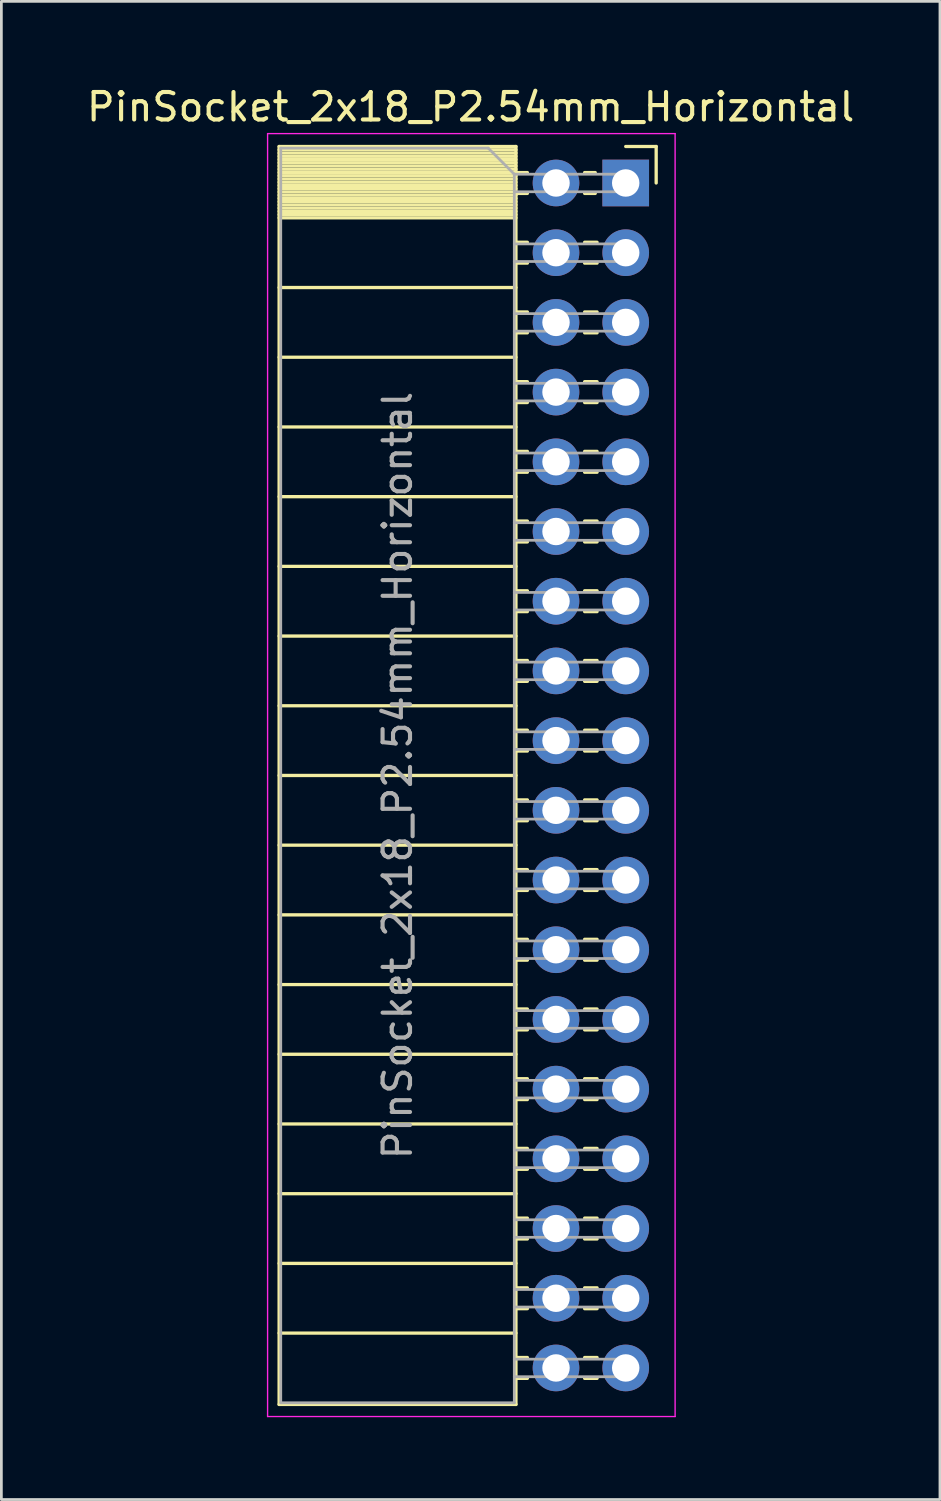
<source format=kicad_pcb>
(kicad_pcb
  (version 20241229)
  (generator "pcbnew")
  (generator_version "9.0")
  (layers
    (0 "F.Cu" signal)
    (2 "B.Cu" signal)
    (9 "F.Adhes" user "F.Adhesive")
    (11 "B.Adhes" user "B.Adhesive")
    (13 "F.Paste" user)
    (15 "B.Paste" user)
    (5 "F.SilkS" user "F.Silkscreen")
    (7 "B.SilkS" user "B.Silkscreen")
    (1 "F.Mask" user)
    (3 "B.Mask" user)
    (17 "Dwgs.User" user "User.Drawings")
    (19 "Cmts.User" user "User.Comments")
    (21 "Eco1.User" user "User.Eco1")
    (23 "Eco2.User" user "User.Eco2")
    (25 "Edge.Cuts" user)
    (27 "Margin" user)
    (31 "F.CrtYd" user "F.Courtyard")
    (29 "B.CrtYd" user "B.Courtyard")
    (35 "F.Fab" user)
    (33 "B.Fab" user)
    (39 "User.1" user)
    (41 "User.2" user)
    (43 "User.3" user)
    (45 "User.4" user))
  (footprint "PinSocket_2x18_P2.54mm_Horizontal"
    (layer "F.Cu")
    (at 19.751 3.618)
    (property "Reference" "PinSocket_2x18_P2.54mm_Horizontal" (at -5.65 -2.77 0) (layer "F.SilkS") (effects (font (size 1 1) (thickness 0.15))))
    (attr through_hole)
    (fp_line (start -12.63 -1.33) (end -12.63 44.51) (stroke (width 0.12) (type solid)) (layer "F.SilkS"))
    (fp_line (start -12.63 -1.33) (end -4 -1.33) (stroke (width 0.12) (type solid)) (layer "F.SilkS"))
    (fp_line (start -12.63 -1.21) (end -4 -1.21) (stroke (width 0.12) (type solid)) (layer "F.SilkS"))
    (fp_line (start -12.63 -1.092) (end -4 -1.092) (stroke (width 0.12) (type solid)) (layer "F.SilkS"))
    (fp_line (start -12.63 -0.974) (end -4 -0.974) (stroke (width 0.12) (type solid)) (layer "F.SilkS"))
    (fp_line (start -12.63 -0.856) (end -4 -0.856) (stroke (width 0.12) (type solid)) (layer "F.SilkS"))
    (fp_line (start -12.63 -0.738) (end -4 -0.738) (stroke (width 0.12) (type solid)) (layer "F.SilkS"))
    (fp_line (start -12.63 -0.62) (end -4 -0.62) (stroke (width 0.12) (type solid)) (layer "F.SilkS"))
    (fp_line (start -12.63 -0.501) (end -4 -0.501) (stroke (width 0.12) (type solid)) (layer "F.SilkS"))
    (fp_line (start -12.63 -0.383) (end -4 -0.383) (stroke (width 0.12) (type solid)) (layer "F.SilkS"))
    (fp_line (start -12.63 -0.265) (end -4 -0.265) (stroke (width 0.12) (type solid)) (layer "F.SilkS"))
    (fp_line (start -12.63 -0.147) (end -4 -0.147) (stroke (width 0.12) (type solid)) (layer "F.SilkS"))
    (fp_line (start -12.63 -0.029) (end -4 -0.029) (stroke (width 0.12) (type solid)) (layer "F.SilkS"))
    (fp_line (start -12.63 0.089) (end -4 0.089) (stroke (width 0.12) (type solid)) (layer "F.SilkS"))
    (fp_line (start -12.63 0.207) (end -4 0.207) (stroke (width 0.12) (type solid)) (layer "F.SilkS"))
    (fp_line (start -12.63 0.325) (end -4 0.325) (stroke (width 0.12) (type solid)) (layer "F.SilkS"))
    (fp_line (start -12.63 0.443) (end -4 0.443) (stroke (width 0.12) (type solid)) (layer "F.SilkS"))
    (fp_line (start -12.63 0.561) (end -4 0.561) (stroke (width 0.12) (type solid)) (layer "F.SilkS"))
    (fp_line (start -12.63 0.68) (end -4 0.68) (stroke (width 0.12) (type solid)) (layer "F.SilkS"))
    (fp_line (start -12.63 0.798) (end -4 0.798) (stroke (width 0.12) (type solid)) (layer "F.SilkS"))
    (fp_line (start -12.63 0.916) (end -4 0.916) (stroke (width 0.12) (type solid)) (layer "F.SilkS"))
    (fp_line (start -12.63 1.034) (end -4 1.034) (stroke (width 0.12) (type solid)) (layer "F.SilkS"))
    (fp_line (start -12.63 1.152) (end -4 1.152) (stroke (width 0.12) (type solid)) (layer "F.SilkS"))
    (fp_line (start -12.63 1.27) (end -4 1.27) (stroke (width 0.12) (type solid)) (layer "F.SilkS"))
    (fp_line (start -12.63 3.81) (end -4 3.81) (stroke (width 0.12) (type solid)) (layer "F.SilkS"))
    (fp_line (start -12.63 6.35) (end -4 6.35) (stroke (width 0.12) (type solid)) (layer "F.SilkS"))
    (fp_line (start -12.63 8.89) (end -4 8.89) (stroke (width 0.12) (type solid)) (layer "F.SilkS"))
    (fp_line (start -12.63 11.43) (end -4 11.43) (stroke (width 0.12) (type solid)) (layer "F.SilkS"))
    (fp_line (start -12.63 13.97) (end -4 13.97) (stroke (width 0.12) (type solid)) (layer "F.SilkS"))
    (fp_line (start -12.63 16.51) (end -4 16.51) (stroke (width 0.12) (type solid)) (layer "F.SilkS"))
    (fp_line (start -12.63 19.05) (end -4 19.05) (stroke (width 0.12) (type solid)) (layer "F.SilkS"))
    (fp_line (start -12.63 21.59) (end -4 21.59) (stroke (width 0.12) (type solid)) (layer "F.SilkS"))
    (fp_line (start -12.63 24.13) (end -4 24.13) (stroke (width 0.12) (type solid)) (layer "F.SilkS"))
    (fp_line (start -12.63 26.67) (end -4 26.67) (stroke (width 0.12) (type solid)) (layer "F.SilkS"))
    (fp_line (start -12.63 29.21) (end -4 29.21) (stroke (width 0.12) (type solid)) (layer "F.SilkS"))
    (fp_line (start -12.63 31.75) (end -4 31.75) (stroke (width 0.12) (type solid)) (layer "F.SilkS"))
    (fp_line (start -12.63 34.29) (end -4 34.29) (stroke (width 0.12) (type solid)) (layer "F.SilkS"))
    (fp_line (start -12.63 36.83) (end -4 36.83) (stroke (width 0.12) (type solid)) (layer "F.SilkS"))
    (fp_line (start -12.63 39.37) (end -4 39.37) (stroke (width 0.12) (type solid)) (layer "F.SilkS"))
    (fp_line (start -12.63 41.91) (end -4 41.91) (stroke (width 0.12) (type solid)) (layer "F.SilkS"))
    (fp_line (start -12.63 44.51) (end -4 44.51) (stroke (width 0.12) (type solid)) (layer "F.SilkS"))
    (fp_line (start -4 -1.33) (end -4 44.51) (stroke (width 0.12) (type solid)) (layer "F.SilkS"))
    (fp_line (start -4 -0.38) (end -3.583 -0.38) (stroke (width 0.12) (type solid)) (layer "F.SilkS"))
    (fp_line (start -4 0.38) (end -3.583 0.38) (stroke (width 0.12) (type solid)) (layer "F.SilkS"))
    (fp_line (start -4 2.16) (end -3.583 2.16) (stroke (width 0.12) (type solid)) (layer "F.SilkS"))
    (fp_line (start -4 2.92) (end -3.583 2.92) (stroke (width 0.12) (type solid)) (layer "F.SilkS"))
    (fp_line (start -4 4.7) (end -3.583 4.7) (stroke (width 0.12) (type solid)) (layer "F.SilkS"))
    (fp_line (start -4 5.46) (end -3.583 5.46) (stroke (width 0.12) (type solid)) (layer "F.SilkS"))
    (fp_line (start -4 7.24) (end -3.583 7.24) (stroke (width 0.12) (type solid)) (layer "F.SilkS"))
    (fp_line (start -4 8) (end -3.583 8) (stroke (width 0.12) (type solid)) (layer "F.SilkS"))
    (fp_line (start -4 9.78) (end -3.583 9.78) (stroke (width 0.12) (type solid)) (layer "F.SilkS"))
    (fp_line (start -4 10.54) (end -3.583 10.54) (stroke (width 0.12) (type solid)) (layer "F.SilkS"))
    (fp_line (start -4 12.32) (end -3.583 12.32) (stroke (width 0.12) (type solid)) (layer "F.SilkS"))
    (fp_line (start -4 13.08) (end -3.583 13.08) (stroke (width 0.12) (type solid)) (layer "F.SilkS"))
    (fp_line (start -4 14.86) (end -3.583 14.86) (stroke (width 0.12) (type solid)) (layer "F.SilkS"))
    (fp_line (start -4 15.62) (end -3.583 15.62) (stroke (width 0.12) (type solid)) (layer "F.SilkS"))
    (fp_line (start -4 17.4) (end -3.583 17.4) (stroke (width 0.12) (type solid)) (layer "F.SilkS"))
    (fp_line (start -4 18.16) (end -3.583 18.16) (stroke (width 0.12) (type solid)) (layer "F.SilkS"))
    (fp_line (start -4 19.94) (end -3.583 19.94) (stroke (width 0.12) (type solid)) (layer "F.SilkS"))
    (fp_line (start -4 20.7) (end -3.583 20.7) (stroke (width 0.12) (type solid)) (layer "F.SilkS"))
    (fp_line (start -4 22.48) (end -3.583 22.48) (stroke (width 0.12) (type solid)) (layer "F.SilkS"))
    (fp_line (start -4 23.24) (end -3.583 23.24) (stroke (width 0.12) (type solid)) (layer "F.SilkS"))
    (fp_line (start -4 25.02) (end -3.583 25.02) (stroke (width 0.12) (type solid)) (layer "F.SilkS"))
    (fp_line (start -4 25.78) (end -3.583 25.78) (stroke (width 0.12) (type solid)) (layer "F.SilkS"))
    (fp_line (start -4 27.56) (end -3.583 27.56) (stroke (width 0.12) (type solid)) (layer "F.SilkS"))
    (fp_line (start -4 28.32) (end -3.583 28.32) (stroke (width 0.12) (type solid)) (layer "F.SilkS"))
    (fp_line (start -4 30.1) (end -3.583 30.1) (stroke (width 0.12) (type solid)) (layer "F.SilkS"))
    (fp_line (start -4 30.86) (end -3.583 30.86) (stroke (width 0.12) (type solid)) (layer "F.SilkS"))
    (fp_line (start -4 32.64) (end -3.583 32.64) (stroke (width 0.12) (type solid)) (layer "F.SilkS"))
    (fp_line (start -4 33.4) (end -3.583 33.4) (stroke (width 0.12) (type solid)) (layer "F.SilkS"))
    (fp_line (start -4 35.18) (end -3.583 35.18) (stroke (width 0.12) (type solid)) (layer "F.SilkS"))
    (fp_line (start -4 35.94) (end -3.583 35.94) (stroke (width 0.12) (type solid)) (layer "F.SilkS"))
    (fp_line (start -4 37.72) (end -3.583 37.72) (stroke (width 0.12) (type solid)) (layer "F.SilkS"))
    (fp_line (start -4 38.48) (end -3.583 38.48) (stroke (width 0.12) (type solid)) (layer "F.SilkS"))
    (fp_line (start -4 40.26) (end -3.583 40.26) (stroke (width 0.12) (type solid)) (layer "F.SilkS"))
    (fp_line (start -4 41.02) (end -3.583 41.02) (stroke (width 0.12) (type solid)) (layer "F.SilkS"))
    (fp_line (start -4 42.8) (end -3.583 42.8) (stroke (width 0.12) (type solid)) (layer "F.SilkS"))
    (fp_line (start -4 43.56) (end -3.583 43.56) (stroke (width 0.12) (type solid)) (layer "F.SilkS"))
    (fp_line (start -1.497 -0.38) (end -1.11 -0.38) (stroke (width 0.12) (type solid)) (layer "F.SilkS"))
    (fp_line (start -1.497 0.38) (end -1.11 0.38) (stroke (width 0.12) (type solid)) (layer "F.SilkS"))
    (fp_line (start -1.497 2.16) (end -1.043 2.16) (stroke (width 0.12) (type solid)) (layer "F.SilkS"))
    (fp_line (start -1.497 2.92) (end -1.043 2.92) (stroke (width 0.12) (type solid)) (layer "F.SilkS"))
    (fp_line (start -1.497 4.7) (end -1.043 4.7) (stroke (width 0.12) (type solid)) (layer "F.SilkS"))
    (fp_line (start -1.497 5.46) (end -1.043 5.46) (stroke (width 0.12) (type solid)) (layer "F.SilkS"))
    (fp_line (start -1.497 7.24) (end -1.043 7.24) (stroke (width 0.12) (type solid)) (layer "F.SilkS"))
    (fp_line (start -1.497 8) (end -1.043 8) (stroke (width 0.12) (type solid)) (layer "F.SilkS"))
    (fp_line (start -1.497 9.78) (end -1.043 9.78) (stroke (width 0.12) (type solid)) (layer "F.SilkS"))
    (fp_line (start -1.497 10.54) (end -1.043 10.54) (stroke (width 0.12) (type solid)) (layer "F.SilkS"))
    (fp_line (start -1.497 12.32) (end -1.043 12.32) (stroke (width 0.12) (type solid)) (layer "F.SilkS"))
    (fp_line (start -1.497 13.08) (end -1.043 13.08) (stroke (width 0.12) (type solid)) (layer "F.SilkS"))
    (fp_line (start -1.497 14.86) (end -1.043 14.86) (stroke (width 0.12) (type solid)) (layer "F.SilkS"))
    (fp_line (start -1.497 15.62) (end -1.043 15.62) (stroke (width 0.12) (type solid)) (layer "F.SilkS"))
    (fp_line (start -1.497 17.4) (end -1.043 17.4) (stroke (width 0.12) (type solid)) (layer "F.SilkS"))
    (fp_line (start -1.497 18.16) (end -1.043 18.16) (stroke (width 0.12) (type solid)) (layer "F.SilkS"))
    (fp_line (start -1.497 19.94) (end -1.043 19.94) (stroke (width 0.12) (type solid)) (layer "F.SilkS"))
    (fp_line (start -1.497 20.7) (end -1.043 20.7) (stroke (width 0.12) (type solid)) (layer "F.SilkS"))
    (fp_line (start -1.497 22.48) (end -1.043 22.48) (stroke (width 0.12) (type solid)) (layer "F.SilkS"))
    (fp_line (start -1.497 23.24) (end -1.043 23.24) (stroke (width 0.12) (type solid)) (layer "F.SilkS"))
    (fp_line (start -1.497 25.02) (end -1.043 25.02) (stroke (width 0.12) (type solid)) (layer "F.SilkS"))
    (fp_line (start -1.497 25.78) (end -1.043 25.78) (stroke (width 0.12) (type solid)) (layer "F.SilkS"))
    (fp_line (start -1.497 27.56) (end -1.043 27.56) (stroke (width 0.12) (type solid)) (layer "F.SilkS"))
    (fp_line (start -1.497 28.32) (end -1.043 28.32) (stroke (width 0.12) (type solid)) (layer "F.SilkS"))
    (fp_line (start -1.497 30.1) (end -1.043 30.1) (stroke (width 0.12) (type solid)) (layer "F.SilkS"))
    (fp_line (start -1.497 30.86) (end -1.043 30.86) (stroke (width 0.12) (type solid)) (layer "F.SilkS"))
    (fp_line (start -1.497 32.64) (end -1.043 32.64) (stroke (width 0.12) (type solid)) (layer "F.SilkS"))
    (fp_line (start -1.497 33.4) (end -1.043 33.4) (stroke (width 0.12) (type solid)) (layer "F.SilkS"))
    (fp_line (start -1.497 35.18) (end -1.043 35.18) (stroke (width 0.12) (type solid)) (layer "F.SilkS"))
    (fp_line (start -1.497 35.94) (end -1.043 35.94) (stroke (width 0.12) (type solid)) (layer "F.SilkS"))
    (fp_line (start -1.497 37.72) (end -1.043 37.72) (stroke (width 0.12) (type solid)) (layer "F.SilkS"))
    (fp_line (start -1.497 38.48) (end -1.043 38.48) (stroke (width 0.12) (type solid)) (layer "F.SilkS"))
    (fp_line (start -1.497 40.26) (end -1.043 40.26) (stroke (width 0.12) (type solid)) (layer "F.SilkS"))
    (fp_line (start -1.497 41.02) (end -1.043 41.02) (stroke (width 0.12) (type solid)) (layer "F.SilkS"))
    (fp_line (start -1.497 42.8) (end -1.043 42.8) (stroke (width 0.12) (type solid)) (layer "F.SilkS"))
    (fp_line (start -1.497 43.56) (end -1.043 43.56) (stroke (width 0.12) (type solid)) (layer "F.SilkS"))
    (fp_line (start 0 -1.33) (end 1.11 -1.33) (stroke (width 0.12) (type solid)) (layer "F.SilkS"))
    (fp_line (start 1.11 -1.33) (end 1.11 0) (stroke (width 0.12) (type solid)) (layer "F.SilkS"))
    (fp_line (start -13.05 -1.8) (end -13.05 44.95) (stroke (width 0.05) (type solid)) (layer "F.CrtYd"))
    (fp_line (start -13.05 44.95) (end 1.8 44.95) (stroke (width 0.05) (type solid)) (layer "F.CrtYd"))
    (fp_line (start 1.8 -1.8) (end -13.05 -1.8) (stroke (width 0.05) (type solid)) (layer "F.CrtYd"))
    (fp_line (start 1.8 44.95) (end 1.8 -1.8) (stroke (width 0.05) (type solid)) (layer "F.CrtYd"))
    (fp_line (start -12.57 -1.27) (end -5.01 -1.27) (stroke (width 0.1) (type solid)) (layer "F.Fab"))
    (fp_line (start -12.57 44.45) (end -12.57 -1.27) (stroke (width 0.1) (type solid)) (layer "F.Fab"))
    (fp_line (start -5.01 -1.27) (end -4.06 -0.32) (stroke (width 0.1) (type solid)) (layer "F.Fab"))
    (fp_line (start -4.06 -0.32) (end -4.06 44.45) (stroke (width 0.1) (type solid)) (layer "F.Fab"))
    (fp_line (start -4.06 0.32) (end 0 0.32) (stroke (width 0.1) (type solid)) (layer "F.Fab"))
    (fp_line (start -4.06 2.86) (end 0 2.86) (stroke (width 0.1) (type solid)) (layer "F.Fab"))
    (fp_line (start -4.06 5.4) (end 0 5.4) (stroke (width 0.1) (type solid)) (layer "F.Fab"))
    (fp_line (start -4.06 7.94) (end 0 7.94) (stroke (width 0.1) (type solid)) (layer "F.Fab"))
    (fp_line (start -4.06 10.48) (end 0 10.48) (stroke (width 0.1) (type solid)) (layer "F.Fab"))
    (fp_line (start -4.06 13.02) (end 0 13.02) (stroke (width 0.1) (type solid)) (layer "F.Fab"))
    (fp_line (start -4.06 15.56) (end 0 15.56) (stroke (width 0.1) (type solid)) (layer "F.Fab"))
    (fp_line (start -4.06 18.1) (end 0 18.1) (stroke (width 0.1) (type solid)) (layer "F.Fab"))
    (fp_line (start -4.06 20.64) (end 0 20.64) (stroke (width 0.1) (type solid)) (layer "F.Fab"))
    (fp_line (start -4.06 23.18) (end 0 23.18) (stroke (width 0.1) (type solid)) (layer "F.Fab"))
    (fp_line (start -4.06 25.72) (end 0 25.72) (stroke (width 0.1) (type solid)) (layer "F.Fab"))
    (fp_line (start -4.06 28.26) (end 0 28.26) (stroke (width 0.1) (type solid)) (layer "F.Fab"))
    (fp_line (start -4.06 30.8) (end 0 30.8) (stroke (width 0.1) (type solid)) (layer "F.Fab"))
    (fp_line (start -4.06 33.34) (end 0 33.34) (stroke (width 0.1) (type solid)) (layer "F.Fab"))
    (fp_line (start -4.06 35.88) (end 0 35.88) (stroke (width 0.1) (type solid)) (layer "F.Fab"))
    (fp_line (start -4.06 38.42) (end 0 38.42) (stroke (width 0.1) (type solid)) (layer "F.Fab"))
    (fp_line (start -4.06 40.96) (end 0 40.96) (stroke (width 0.1) (type solid)) (layer "F.Fab"))
    (fp_line (start -4.06 43.5) (end 0 43.5) (stroke (width 0.1) (type solid)) (layer "F.Fab"))
    (fp_line (start -4.06 44.45) (end -12.57 44.45) (stroke (width 0.1) (type solid)) (layer "F.Fab"))
    (fp_line (start 0 -0.32) (end -4.06 -0.32) (stroke (width 0.1) (type solid)) (layer "F.Fab"))
    (fp_line (start 0 0.32) (end 0 -0.32) (stroke (width 0.1) (type solid)) (layer "F.Fab"))
    (fp_line (start 0 2.22) (end -4.06 2.22) (stroke (width 0.1) (type solid)) (layer "F.Fab"))
    (fp_line (start 0 2.86) (end 0 2.22) (stroke (width 0.1) (type solid)) (layer "F.Fab"))
    (fp_line (start 0 4.76) (end -4.06 4.76) (stroke (width 0.1) (type solid)) (layer "F.Fab"))
    (fp_line (start 0 5.4) (end 0 4.76) (stroke (width 0.1) (type solid)) (layer "F.Fab"))
    (fp_line (start 0 7.3) (end -4.06 7.3) (stroke (width 0.1) (type solid)) (layer "F.Fab"))
    (fp_line (start 0 7.94) (end 0 7.3) (stroke (width 0.1) (type solid)) (layer "F.Fab"))
    (fp_line (start 0 9.84) (end -4.06 9.84) (stroke (width 0.1) (type solid)) (layer "F.Fab"))
    (fp_line (start 0 10.48) (end 0 9.84) (stroke (width 0.1) (type solid)) (layer "F.Fab"))
    (fp_line (start 0 12.38) (end -4.06 12.38) (stroke (width 0.1) (type solid)) (layer "F.Fab"))
    (fp_line (start 0 13.02) (end 0 12.38) (stroke (width 0.1) (type solid)) (layer "F.Fab"))
    (fp_line (start 0 14.92) (end -4.06 14.92) (stroke (width 0.1) (type solid)) (layer "F.Fab"))
    (fp_line (start 0 15.56) (end 0 14.92) (stroke (width 0.1) (type solid)) (layer "F.Fab"))
    (fp_line (start 0 17.46) (end -4.06 17.46) (stroke (width 0.1) (type solid)) (layer "F.Fab"))
    (fp_line (start 0 18.1) (end 0 17.46) (stroke (width 0.1) (type solid)) (layer "F.Fab"))
    (fp_line (start 0 20) (end -4.06 20) (stroke (width 0.1) (type solid)) (layer "F.Fab"))
    (fp_line (start 0 20.64) (end 0 20) (stroke (width 0.1) (type solid)) (layer "F.Fab"))
    (fp_line (start 0 22.54) (end -4.06 22.54) (stroke (width 0.1) (type solid)) (layer "F.Fab"))
    (fp_line (start 0 23.18) (end 0 22.54) (stroke (width 0.1) (type solid)) (layer "F.Fab"))
    (fp_line (start 0 25.08) (end -4.06 25.08) (stroke (width 0.1) (type solid)) (layer "F.Fab"))
    (fp_line (start 0 25.72) (end 0 25.08) (stroke (width 0.1) (type solid)) (layer "F.Fab"))
    (fp_line (start 0 27.62) (end -4.06 27.62) (stroke (width 0.1) (type solid)) (layer "F.Fab"))
    (fp_line (start 0 28.26) (end 0 27.62) (stroke (width 0.1) (type solid)) (layer "F.Fab"))
    (fp_line (start 0 30.16) (end -4.06 30.16) (stroke (width 0.1) (type solid)) (layer "F.Fab"))
    (fp_line (start 0 30.8) (end 0 30.16) (stroke (width 0.1) (type solid)) (layer "F.Fab"))
    (fp_line (start 0 32.7) (end -4.06 32.7) (stroke (width 0.1) (type solid)) (layer "F.Fab"))
    (fp_line (start 0 33.34) (end 0 32.7) (stroke (width 0.1) (type solid)) (layer "F.Fab"))
    (fp_line (start 0 35.24) (end -4.06 35.24) (stroke (width 0.1) (type solid)) (layer "F.Fab"))
    (fp_line (start 0 35.88) (end 0 35.24) (stroke (width 0.1) (type solid)) (layer "F.Fab"))
    (fp_line (start 0 37.78) (end -4.06 37.78) (stroke (width 0.1) (type solid)) (layer "F.Fab"))
    (fp_line (start 0 38.42) (end 0 37.78) (stroke (width 0.1) (type solid)) (layer "F.Fab"))
    (fp_line (start 0 40.32) (end -4.06 40.32) (stroke (width 0.1) (type solid)) (layer "F.Fab"))
    (fp_line (start 0 40.96) (end 0 40.32) (stroke (width 0.1) (type solid)) (layer "F.Fab"))
    (fp_line (start 0 42.86) (end -4.06 42.86) (stroke (width 0.1) (type solid)) (layer "F.Fab"))
    (fp_line (start 0 43.5) (end 0 42.86) (stroke (width 0.1) (type solid)) (layer "F.Fab"))
    (fp_text user "${REFERENCE}" (at -8.315 21.59 90) (layer "F.Fab") (effects (font (size 1 1) (thickness 0.15))))
    (pad "1" thru_hole rect (at 0 0) (size 1.7 1.7) (drill 1) (layers "*.Cu" "*.Mask"))
    (pad "2" thru_hole oval (at -2.54 0) (size 1.7 1.7) (drill 1) (layers "*.Cu" "*.Mask"))
    (pad "3" thru_hole oval (at 0 2.54) (size 1.7 1.7) (drill 1) (layers "*.Cu" "*.Mask"))
    (pad "4" thru_hole oval (at -2.54 2.54) (size 1.7 1.7) (drill 1) (layers "*.Cu" "*.Mask"))
    (pad "5" thru_hole oval (at 0 5.08) (size 1.7 1.7) (drill 1) (layers "*.Cu" "*.Mask"))
    (pad "6" thru_hole oval (at -2.54 5.08) (size 1.7 1.7) (drill 1) (layers "*.Cu" "*.Mask"))
    (pad "7" thru_hole oval (at 0 7.62) (size 1.7 1.7) (drill 1) (layers "*.Cu" "*.Mask"))
    (pad "8" thru_hole oval (at -2.54 7.62) (size 1.7 1.7) (drill 1) (layers "*.Cu" "*.Mask"))
    (pad "9" thru_hole oval (at 0 10.16) (size 1.7 1.7) (drill 1) (layers "*.Cu" "*.Mask"))
    (pad "10" thru_hole oval (at -2.54 10.16) (size 1.7 1.7) (drill 1) (layers "*.Cu" "*.Mask"))
    (pad "11" thru_hole oval (at 0 12.7) (size 1.7 1.7) (drill 1) (layers "*.Cu" "*.Mask"))
    (pad "12" thru_hole oval (at -2.54 12.7) (size 1.7 1.7) (drill 1) (layers "*.Cu" "*.Mask"))
    (pad "13" thru_hole oval (at 0 15.24) (size 1.7 1.7) (drill 1) (layers "*.Cu" "*.Mask"))
    (pad "14" thru_hole oval (at -2.54 15.24) (size 1.7 1.7) (drill 1) (layers "*.Cu" "*.Mask"))
    (pad "15" thru_hole oval (at 0 17.78) (size 1.7 1.7) (drill 1) (layers "*.Cu" "*.Mask"))
    (pad "16" thru_hole oval (at -2.54 17.78) (size 1.7 1.7) (drill 1) (layers "*.Cu" "*.Mask"))
    (pad "17" thru_hole oval (at 0 20.32) (size 1.7 1.7) (drill 1) (layers "*.Cu" "*.Mask"))
    (pad "18" thru_hole oval (at -2.54 20.32) (size 1.7 1.7) (drill 1) (layers "*.Cu" "*.Mask"))
    (pad "19" thru_hole oval (at 0 22.86) (size 1.7 1.7) (drill 1) (layers "*.Cu" "*.Mask"))
    (pad "20" thru_hole oval (at -2.54 22.86) (size 1.7 1.7) (drill 1) (layers "*.Cu" "*.Mask"))
    (pad "21" thru_hole oval (at 0 25.4) (size 1.7 1.7) (drill 1) (layers "*.Cu" "*.Mask"))
    (pad "22" thru_hole oval (at -2.54 25.4) (size 1.7 1.7) (drill 1) (layers "*.Cu" "*.Mask"))
    (pad "23" thru_hole oval (at 0 27.94) (size 1.7 1.7) (drill 1) (layers "*.Cu" "*.Mask"))
    (pad "24" thru_hole oval (at -2.54 27.94) (size 1.7 1.7) (drill 1) (layers "*.Cu" "*.Mask"))
    (pad "25" thru_hole oval (at 0 30.48) (size 1.7 1.7) (drill 1) (layers "*.Cu" "*.Mask"))
    (pad "26" thru_hole oval (at -2.54 30.48) (size 1.7 1.7) (drill 1) (layers "*.Cu" "*.Mask"))
    (pad "27" thru_hole oval (at 0 33.02) (size 1.7 1.7) (drill 1) (layers "*.Cu" "*.Mask"))
    (pad "28" thru_hole oval (at -2.54 33.02) (size 1.7 1.7) (drill 1) (layers "*.Cu" "*.Mask"))
    (pad "29" thru_hole oval (at 0 35.56) (size 1.7 1.7) (drill 1) (layers "*.Cu" "*.Mask"))
    (pad "30" thru_hole oval (at -2.54 35.56) (size 1.7 1.7) (drill 1) (layers "*.Cu" "*.Mask"))
    (pad "31" thru_hole oval (at 0 38.1) (size 1.7 1.7) (drill 1) (layers "*.Cu" "*.Mask"))
    (pad "32" thru_hole oval (at -2.54 38.1) (size 1.7 1.7) (drill 1) (layers "*.Cu" "*.Mask"))
    (pad "33" thru_hole oval (at 0 40.64) (size 1.7 1.7) (drill 1) (layers "*.Cu" "*.Mask"))
    (pad "34" thru_hole oval (at -2.54 40.64) (size 1.7 1.7) (drill 1) (layers "*.Cu" "*.Mask"))
    (pad "35" thru_hole oval (at 0 43.18) (size 1.7 1.7) (drill 1) (layers "*.Cu" "*.Mask"))
    (pad "36" thru_hole oval (at -2.54 43.18) (size 1.7 1.7) (drill 1) (layers "*.Cu" "*.Mask")))
  (gr_rect
    (start -3 -3)
    (end 31.202 51.593)
    (stroke (width 0.1) (type default))
    (fill no)
    (layer "Edge.Cuts")))
</source>
